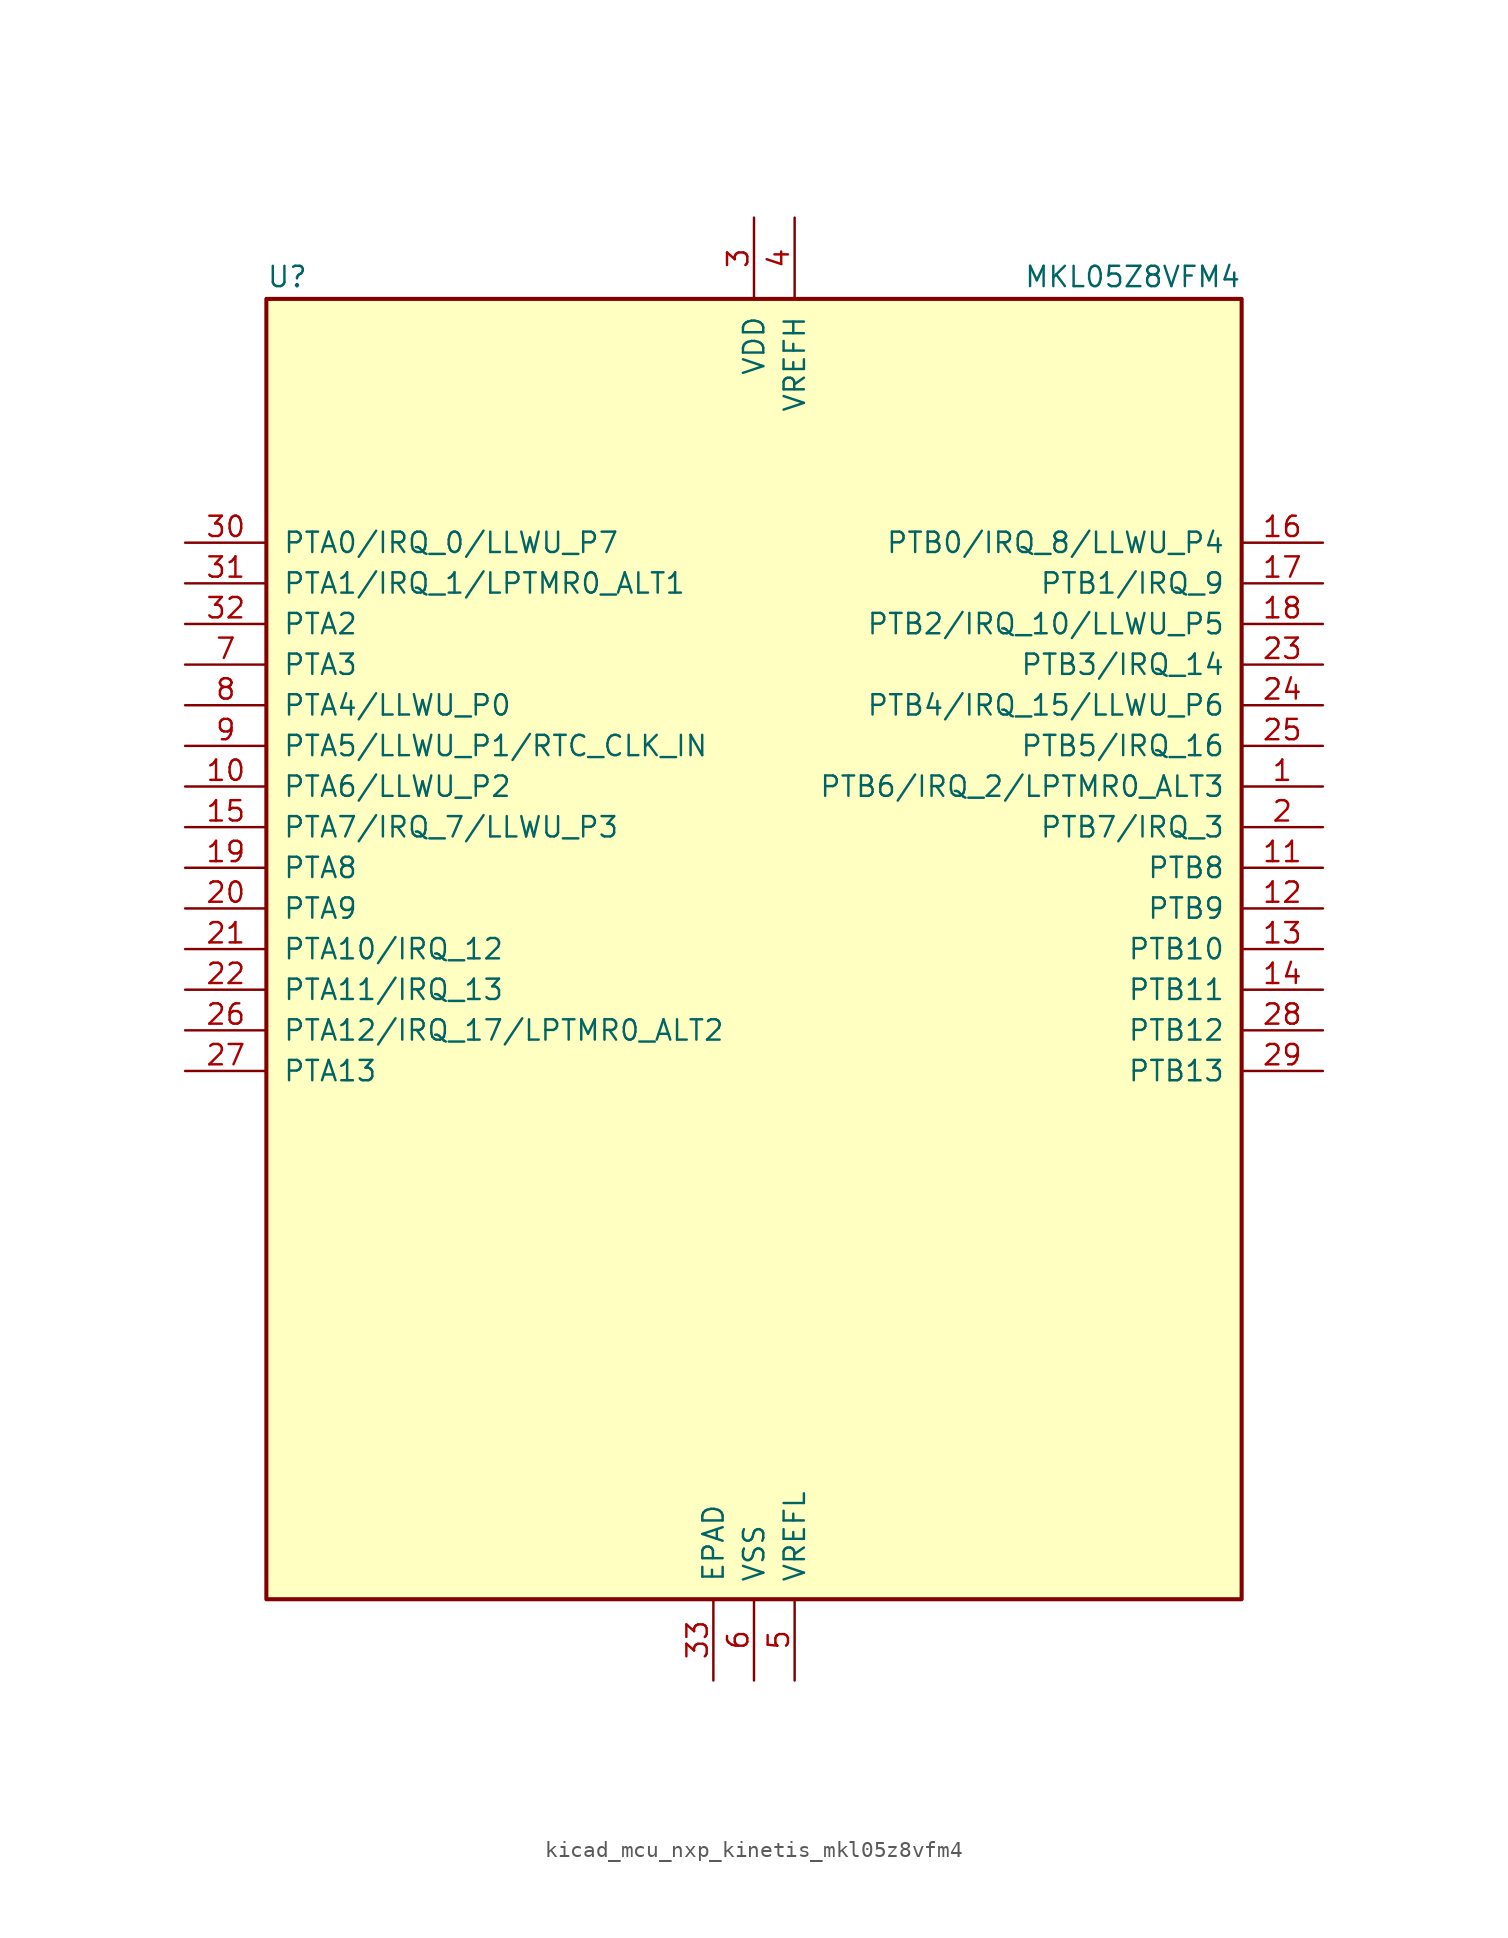
<source format=kicad_sym>
(kicad_symbol_lib
  (version 20220914)
  (generator kicad_symbol_editor)
  (symbol "kicad_mcu_nxp_kinetis_mkl05z8vfm4"
    (pin_names
      (offset 1.016))
    (property "Reference" "U"
      (at -30.48 41.275 0)
      (effects (font (size 1.27 1.27)) (justify left bottom)))
    (property "Value" "MKL05Z8VFM4"
      (at 30.48 41.275 0)
      (effects (font (size 1.27 1.27)) (justify right bottom)))
    (symbol "kicad_mcu_nxp_kinetis_mkl05z8vfm4_0_1"
      (rectangle (start -30.48 40.64) (end 30.48 -40.64) (stroke (width 0.254) (type default)) (fill (type background))))
    (symbol "kicad_mcu_nxp_kinetis_mkl05z8vfm4_1_1"
      (pin bidirectional line (at 35.56 10.16 180) (length 5.08) (name "PTB6/IRQ_2/LPTMR0_ALT3" (effects (font (size 1.27 1.27)))) (number "1" (effects (font (size 1.27 1.27)))))
      (pin bidirectional line (at -35.56 10.16 0) (length 5.08) (name "PTA6/LLWU_P2" (effects (font (size 1.27 1.27)))) (number "10" (effects (font (size 1.27 1.27)))))
      (pin bidirectional line (at 35.56 5.08 180) (length 5.08) (name "PTB8" (effects (font (size 1.27 1.27)))) (number "11" (effects (font (size 1.27 1.27)))))
      (pin bidirectional line (at 35.56 2.54 180) (length 5.08) (name "PTB9" (effects (font (size 1.27 1.27)))) (number "12" (effects (font (size 1.27 1.27)))))
      (pin bidirectional line (at 35.56 0 180) (length 5.08) (name "PTB10" (effects (font (size 1.27 1.27)))) (number "13" (effects (font (size 1.27 1.27)))))
      (pin bidirectional line (at 35.56 -2.54 180) (length 5.08) (name "PTB11" (effects (font (size 1.27 1.27)))) (number "14" (effects (font (size 1.27 1.27)))))
      (pin bidirectional line (at -35.56 7.62 0) (length 5.08) (name "PTA7/IRQ_7/LLWU_P3" (effects (font (size 1.27 1.27)))) (number "15" (effects (font (size 1.27 1.27)))))
      (pin bidirectional line (at 35.56 25.4 180) (length 5.08) (name "PTB0/IRQ_8/LLWU_P4" (effects (font (size 1.27 1.27)))) (number "16" (effects (font (size 1.27 1.27)))))
      (pin bidirectional line (at 35.56 22.86 180) (length 5.08) (name "PTB1/IRQ_9" (effects (font (size 1.27 1.27)))) (number "17" (effects (font (size 1.27 1.27)))))
      (pin bidirectional line (at 35.56 20.32 180) (length 5.08) (name "PTB2/IRQ_10/LLWU_P5" (effects (font (size 1.27 1.27)))) (number "18" (effects (font (size 1.27 1.27)))))
      (pin bidirectional line (at -35.56 5.08 0) (length 5.08) (name "PTA8" (effects (font (size 1.27 1.27)))) (number "19" (effects (font (size 1.27 1.27)))))
      (pin bidirectional line (at 35.56 7.62 180) (length 5.08) (name "PTB7/IRQ_3" (effects (font (size 1.27 1.27)))) (number "2" (effects (font (size 1.27 1.27)))))
      (pin bidirectional line (at -35.56 2.54 0) (length 5.08) (name "PTA9" (effects (font (size 1.27 1.27)))) (number "20" (effects (font (size 1.27 1.27)))))
      (pin bidirectional line (at -35.56 0 0) (length 5.08) (name "PTA10/IRQ_12" (effects (font (size 1.27 1.27)))) (number "21" (effects (font (size 1.27 1.27)))))
      (pin bidirectional line (at -35.56 -2.54 0) (length 5.08) (name "PTA11/IRQ_13" (effects (font (size 1.27 1.27)))) (number "22" (effects (font (size 1.27 1.27)))))
      (pin bidirectional line (at 35.56 17.78 180) (length 5.08) (name "PTB3/IRQ_14" (effects (font (size 1.27 1.27)))) (number "23" (effects (font (size 1.27 1.27)))))
      (pin bidirectional line (at 35.56 15.24 180) (length 5.08) (name "PTB4/IRQ_15/LLWU_P6" (effects (font (size 1.27 1.27)))) (number "24" (effects (font (size 1.27 1.27)))))
      (pin bidirectional line (at 35.56 12.7 180) (length 5.08) (name "PTB5/IRQ_16" (effects (font (size 1.27 1.27)))) (number "25" (effects (font (size 1.27 1.27)))))
      (pin bidirectional line (at -35.56 -5.08 0) (length 5.08) (name "PTA12/IRQ_17/LPTMR0_ALT2" (effects (font (size 1.27 1.27)))) (number "26" (effects (font (size 1.27 1.27)))))
      (pin bidirectional line (at -35.56 -7.62 0) (length 5.08) (name "PTA13" (effects (font (size 1.27 1.27)))) (number "27" (effects (font (size 1.27 1.27)))))
      (pin bidirectional line (at 35.56 -5.08 180) (length 5.08) (name "PTB12" (effects (font (size 1.27 1.27)))) (number "28" (effects (font (size 1.27 1.27)))))
      (pin bidirectional line (at 35.56 -7.62 180) (length 5.08) (name "PTB13" (effects (font (size 1.27 1.27)))) (number "29" (effects (font (size 1.27 1.27)))))
      (pin power_in line (at 0 45.72 270) (length 5.08) (name "VDD" (effects (font (size 1.27 1.27)))) (number "3" (effects (font (size 1.27 1.27)))))
      (pin bidirectional line (at -35.56 25.4 0) (length 5.08) (name "PTA0/IRQ_0/LLWU_P7" (effects (font (size 1.27 1.27)))) (number "30" (effects (font (size 1.27 1.27)))))
      (pin bidirectional line (at -35.56 22.86 0) (length 5.08) (name "PTA1/IRQ_1/LPTMR0_ALT1" (effects (font (size 1.27 1.27)))) (number "31" (effects (font (size 1.27 1.27)))))
      (pin bidirectional line (at -35.56 20.32 0) (length 5.08) (name "PTA2" (effects (font (size 1.27 1.27)))) (number "32" (effects (font (size 1.27 1.27)))))
      (pin power_in line (at -2.54 -45.72 90) (length 5.08) (name "EPAD" (effects (font (size 1.27 1.27)))) (number "33" (effects (font (size 1.27 1.27)))))
      (pin power_in line (at 2.54 45.72 270) (length 5.08) (name "VREFH" (effects (font (size 1.27 1.27)))) (number "4" (effects (font (size 1.27 1.27)))))
      (pin power_in line (at 2.54 -45.72 90) (length 5.08) (name "VREFL" (effects (font (size 1.27 1.27)))) (number "5" (effects (font (size 1.27 1.27)))))
      (pin power_in line (at 0 -45.72 90) (length 5.08) (name "VSS" (effects (font (size 1.27 1.27)))) (number "6" (effects (font (size 1.27 1.27)))))
      (pin bidirectional line (at -35.56 17.78 0) (length 5.08) (name "PTA3" (effects (font (size 1.27 1.27)))) (number "7" (effects (font (size 1.27 1.27)))))
      (pin bidirectional line (at -35.56 15.24 0) (length 5.08) (name "PTA4/LLWU_P0" (effects (font (size 1.27 1.27)))) (number "8" (effects (font (size 1.27 1.27)))))
      (pin bidirectional line (at -35.56 12.7 0) (length 5.08) (name "PTA5/LLWU_P1/RTC_CLK_IN" (effects (font (size 1.27 1.27)))) (number "9" (effects (font (size 1.27 1.27))))))))
</source>
